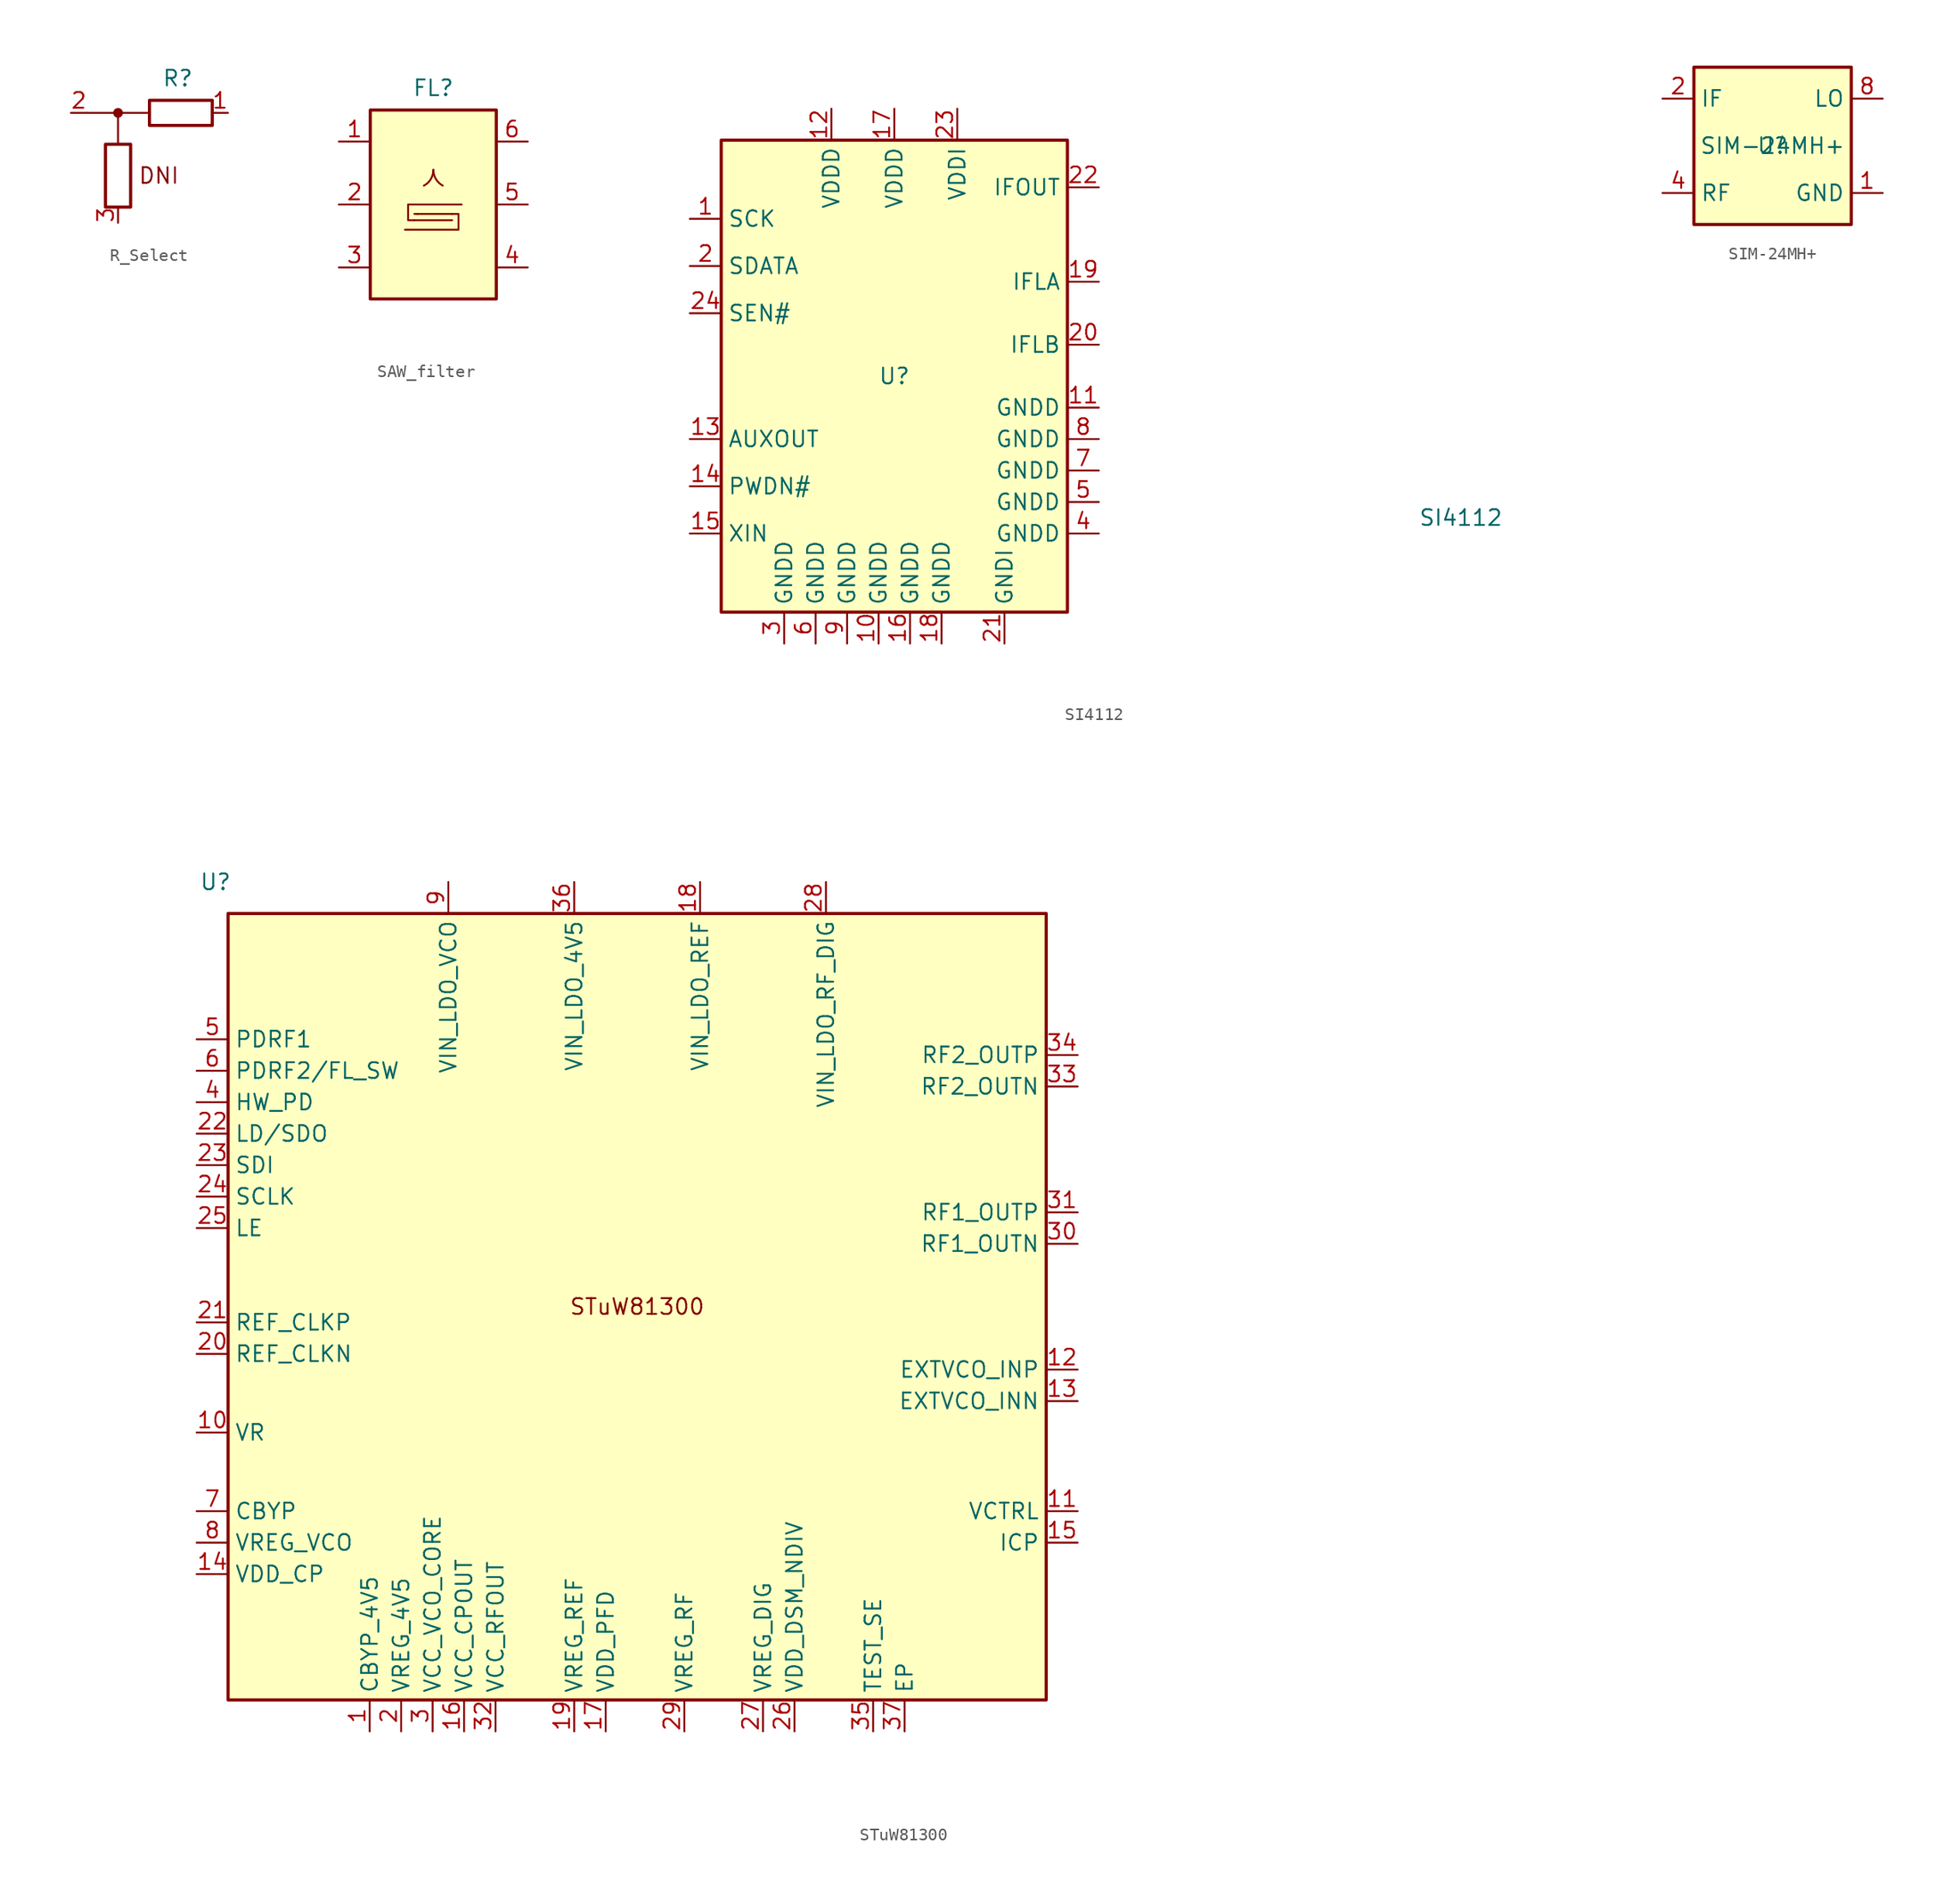
<source format=kicad_sym>
(kicad_symbol_lib
  (version 20241209)
  (generator "kicad_symbol_editor")
  (generator_version "9.0")
  (symbol "R_Select"
    (property "Reference" "R"
      (at 4.826 2.794 0)
      (effects (font (size 1.27 1.27))))
    (property "Value" ""
      (at 3.81 -3.81 0)
      (effects (font (size 1.27 1.27))))
    (symbol "R_Select_0_1"
      (polyline (pts (xy -2.54 0) (xy 2.54 0)) (stroke (width 0) (type default)) (fill (type none)))
      (rectangle (start -1.016 -2.54) (end 1.016 -7.62) (stroke (width 0.254) (type default)) (fill (type none)))
      (polyline (pts (xy 0 -2.54) (xy 0 0)) (stroke (width 0) (type default)) (fill (type none)))
      (rectangle (start 7.62 -1.016) (end 2.54 1.016) (stroke (width 0.254) (type default)) (fill (type none))))
    (symbol "R_Select_1_1"
      (circle (center 0 0) (radius 0.318) (stroke (width 0) (type default)) (fill (type outline)))
      (text "DNI" (at 3.302 -5.08 0) (effects (font (size 1.27 1.27))))
      (pin passive line (at -3.81 0 0) (length 1.27) (name "~" (effects (font (size 1.27 1.27)))) (number "2" (effects (font (size 1.27 1.27)))))
      (pin passive line (at 0 -8.89 90) (length 1.27) (name "~" (effects (font (size 1.27 1.27)))) (number "3" (effects (font (size 1.27 1.27)))))
      (pin passive line (at 8.89 0 180) (length 1.27) (name "~" (effects (font (size 1.27 1.27)))) (number "1" (effects (font (size 1.27 1.27)))))))
  (symbol "SAW_filter"
    (property "Reference" "FL"
      (at 0 9.398 0)
      (effects (font (size 1.27 1.27))))
    (property "Value" ""
      (at -8.89 -10.16 0)
      (effects (font (size 1.27 1.27))))
    (symbol "SAW_filter_0_1"
      (rectangle (start -5.08 7.62) (end 5.08 -7.62) (stroke (width 0.254) (type default)) (fill (type background)))
      (polyline (pts (xy -1.524 -0.762) (xy -1.27 -0.762)) (stroke (width 0) (type default)) (fill (type none)))
      (polyline (pts (xy -1.524 -1.27) (xy -2.032 -1.27) (xy -2.032 0) (xy 2.286 0)) (stroke (width 0) (type default)) (fill (type none)))
      (arc (start 0 2.794) (mid -0.1994 2.05) (end -0.762 1.524) (stroke (width 0) (type default)) (fill (type none)))
      (arc (start 0.762 1.524) (mid 0.2071 2.0547) (end 0 2.794) (stroke (width 0) (type default)) (fill (type none)))
      (polyline (pts (xy 1.524 -0.762) (xy -1.27 -0.762)) (stroke (width 0) (type default)) (fill (type none)))
      (polyline (pts (xy 1.524 -0.762) (xy 2.032 -0.762) (xy 2.032 -2.032) (xy -2.286 -2.032)) (stroke (width 0) (type default)) (fill (type none)))
      (polyline (pts (xy 1.524 -1.27) (xy -1.524 -1.27)) (stroke (width 0) (type default)) (fill (type none))))
    (symbol "SAW_filter_1_1"
      (pin passive line (at -7.62 5.08 0) (length 2.54) (name "~" (effects (font (size 1.27 1.27)))) (number "1" (effects (font (size 1.27 1.27)))))
      (pin passive line (at -7.62 0 0) (length 2.54) (name "~" (effects (font (size 1.27 1.27)))) (number "2" (effects (font (size 1.27 1.27)))))
      (pin passive line (at -7.62 -5.08 0) (length 2.54) (name "~" (effects (font (size 1.27 1.27)))) (number "3" (effects (font (size 1.27 1.27)))))
      (pin passive line (at 7.62 5.08 180) (length 2.54) (name "~" (effects (font (size 1.27 1.27)))) (number "6" (effects (font (size 1.27 1.27)))))
      (pin passive line (at 7.62 0 180) (length 2.54) (name "~" (effects (font (size 1.27 1.27)))) (number "5" (effects (font (size 1.27 1.27)))))
      (pin passive line (at 7.62 -5.08 180) (length 2.54) (name "~" (effects (font (size 1.27 1.27)))) (number "4" (effects (font (size 1.27 1.27)))))))
  (symbol "SI4112"
    (property "Reference" "U"
      (at 0 0 0)
      (effects (font (size 1.27 1.27))))
    (property "Value" "SI4112"
      (at 45.72 -11.43 0)
      (effects (font (size 1.27 1.27))))
    (symbol "SI4112_1_1"
      (rectangle (start -13.97 19.05) (end 13.97 -19.05) (stroke (width 0.254) (type default)) (fill (type background)))
      (pin input line (at -16.51 12.7 0) (length 2.54) (name "SCK" (effects (font (size 1.27 1.27)))) (number "1" (effects (font (size 1.27 1.27)))))
      (pin input line (at -16.51 8.89 0) (length 2.54) (name "SDATA" (effects (font (size 1.27 1.27)))) (number "2" (effects (font (size 1.27 1.27)))))
      (pin input line (at -16.51 5.08 0) (length 2.54) (name "SEN#" (effects (font (size 1.27 1.27)))) (number "24" (effects (font (size 1.27 1.27)))))
      (pin output line (at -16.51 -5.08 0) (length 2.54) (name "AUXOUT" (effects (font (size 1.27 1.27)))) (number "13" (effects (font (size 1.27 1.27)))))
      (pin input line (at -16.51 -8.89 0) (length 2.54) (name "PWDN#" (effects (font (size 1.27 1.27)))) (number "14" (effects (font (size 1.27 1.27)))))
      (pin input line (at -16.51 -12.7 0) (length 2.54) (name "XIN" (effects (font (size 1.27 1.27)))) (number "15" (effects (font (size 1.27 1.27)))))
      (pin passive line (at -8.89 -21.59 90) (length 2.54) (name "GNDD" (effects (font (size 1.27 1.27)))) (number "3" (effects (font (size 1.27 1.27)))))
      (pin passive line (at -6.35 -21.59 90) (length 2.54) (name "GNDD" (effects (font (size 1.27 1.27)))) (number "6" (effects (font (size 1.27 1.27)))))
      (pin power_in line (at -5.08 21.59 270) (length 2.54) (name "VDDD" (effects (font (size 1.27 1.27)))) (number "12" (effects (font (size 1.27 1.27)))))
      (pin passive line (at -3.81 -21.59 90) (length 2.54) (name "GNDD" (effects (font (size 1.27 1.27)))) (number "9" (effects (font (size 1.27 1.27)))))
      (pin passive line (at -1.27 -21.59 90) (length 2.54) (name "GNDD" (effects (font (size 1.27 1.27)))) (number "10" (effects (font (size 1.27 1.27)))))
      (pin power_in line (at 0 21.59 270) (length 2.54) (name "VDDD" (effects (font (size 1.27 1.27)))) (number "17" (effects (font (size 1.27 1.27)))))
      (pin passive line (at 1.27 -21.59 90) (length 2.54) (name "GNDD" (effects (font (size 1.27 1.27)))) (number "16" (effects (font (size 1.27 1.27)))))
      (pin passive line (at 3.81 -21.59 90) (length 2.54) (name "GNDD" (effects (font (size 1.27 1.27)))) (number "18" (effects (font (size 1.27 1.27)))))
      (pin power_in line (at 5.08 21.59 270) (length 2.54) (name "VDDI" (effects (font (size 1.27 1.27)))) (number "23" (effects (font (size 1.27 1.27)))))
      (pin passive line (at 8.89 -21.59 90) (length 2.54) (name "GNDI" (effects (font (size 1.27 1.27)))) (number "21" (effects (font (size 1.27 1.27)))))
      (pin output line (at 16.51 15.24 180) (length 2.54) (name "IFOUT" (effects (font (size 1.27 1.27)))) (number "22" (effects (font (size 1.27 1.27)))))
      (pin passive line (at 16.51 7.62 180) (length 2.54) (name "IFLA" (effects (font (size 1.27 1.27)))) (number "19" (effects (font (size 1.27 1.27)))))
      (pin passive line (at 16.51 2.54 180) (length 2.54) (name "IFLB" (effects (font (size 1.27 1.27)))) (number "20" (effects (font (size 1.27 1.27)))))
      (pin passive line (at 16.51 -2.54 180) (length 2.54) (name "GNDD" (effects (font (size 1.27 1.27)))) (number "11" (effects (font (size 1.27 1.27)))))
      (pin passive line (at 16.51 -5.08 180) (length 2.54) (name "GNDD" (effects (font (size 1.27 1.27)))) (number "8" (effects (font (size 1.27 1.27)))))
      (pin passive line (at 16.51 -7.62 180) (length 2.54) (name "GNDD" (effects (font (size 1.27 1.27)))) (number "7" (effects (font (size 1.27 1.27)))))
      (pin passive line (at 16.51 -10.16 180) (length 2.54) (name "GNDD" (effects (font (size 1.27 1.27)))) (number "5" (effects (font (size 1.27 1.27)))))
      (pin passive line (at 16.51 -12.7 180) (length 2.54) (name "GNDD" (effects (font (size 1.27 1.27)))) (number "4" (effects (font (size 1.27 1.27)))))))
  (symbol "SIM-24MH+"
    (property "Reference" "U"
      (at 0 0 0)
      (effects (font (size 1.27 1.27))))
    (property "Value" "SIM-24MH+"
      (at 0 0 0)
      (effects (font (size 1.27 1.27))))
    (symbol "SIM-24MH+_1_1"
      (rectangle (start -6.35 6.35) (end 6.35 -6.35) (stroke (width 0.254) (type default)) (fill (type background)))
      (pin passive line (at -8.89 3.81 0) (length 2.54) (name "IF" (effects (font (size 1.27 1.27)))) (number "2" (effects (font (size 1.27 1.27)))))
      (pin passive line (at -8.89 -3.81 0) (length 2.54) (name "RF" (effects (font (size 1.27 1.27)))) (number "4" (effects (font (size 1.27 1.27)))))
      (pin passive line (at 8.89 3.81 180) (length 2.54) (name "LO" (effects (font (size 1.27 1.27)))) (number "8" (effects (font (size 1.27 1.27)))))
      (pin passive line (at 8.89 -3.81 180) (length 2.54) (name "GND" (effects (font (size 1.27 1.27)))) (number "1" (effects (font (size 1.27 1.27)))))))
  (symbol "STuW81300"
    (property "Reference" "U"
      (at -34.036 34.29 0)
      (effects (font (size 1.27 1.27))))
    (property "Value" ""
      (at 78.74 15.24 0)
      (effects (font (size 1.27 1.27))))
    (symbol "STuW81300_1_1"
      (rectangle (start -33.02 31.75) (end 33.02 -31.75) (stroke (width 0.254) (type default)) (fill (type background)))
      (text "STuW81300" (at 0 0 0) (effects (font (size 1.27 1.27))))
      (pin input line (at -35.56 21.59 0) (length 2.54) (name "PDRF1" (effects (font (size 1.27 1.27)))) (number "5" (effects (font (size 1.27 1.27)))))
      (pin input line (at -35.56 19.05 0) (length 2.54) (name "PDRF2/FL_SW" (effects (font (size 1.27 1.27)))) (number "6" (effects (font (size 1.27 1.27)))))
      (pin input line (at -35.56 16.51 0) (length 2.54) (name "HW_PD" (effects (font (size 1.27 1.27)))) (number "4" (effects (font (size 1.27 1.27)))))
      (pin output line (at -35.56 13.97 0) (length 2.54) (name "LD/SDO" (effects (font (size 1.27 1.27)))) (number "22" (effects (font (size 1.27 1.27)))))
      (pin input line (at -35.56 11.43 0) (length 2.54) (name "SDI" (effects (font (size 1.27 1.27)))) (number "23" (effects (font (size 1.27 1.27)))))
      (pin input line (at -35.56 8.89 0) (length 2.54) (name "SCLK" (effects (font (size 1.27 1.27)))) (number "24" (effects (font (size 1.27 1.27)))))
      (pin input line (at -35.56 6.35 0) (length 2.54) (name "LE" (effects (font (size 1.27 1.27)))) (number "25" (effects (font (size 1.27 1.27)))))
      (pin passive line (at -35.56 -1.27 0) (length 2.54) (name "REF_CLKP" (effects (font (size 1.27 1.27)))) (number "21" (effects (font (size 1.27 1.27)))))
      (pin passive line (at -35.56 -3.81 0) (length 2.54) (name "REF_CLKN" (effects (font (size 1.27 1.27)))) (number "20" (effects (font (size 1.27 1.27)))))
      (pin passive line (at -35.56 -10.16 0) (length 2.54) (name "VR" (effects (font (size 1.27 1.27)))) (number "10" (effects (font (size 1.27 1.27)))))
      (pin passive line (at -35.56 -16.51 0) (length 2.54) (name "CBYP" (effects (font (size 1.27 1.27)))) (number "7" (effects (font (size 1.27 1.27)))))
      (pin power_out line (at -35.56 -19.05 0) (length 2.54) (name "VREG_VCO" (effects (font (size 1.27 1.27)))) (number "8" (effects (font (size 1.27 1.27)))))
      (pin power_in line (at -35.56 -21.59 0) (length 2.54) (name "VDD_CP" (effects (font (size 1.27 1.27)))) (number "14" (effects (font (size 1.27 1.27)))))
      (pin passive line (at -21.59 -34.29 90) (length 2.54) (name "CBYP_4V5" (effects (font (size 1.27 1.27)))) (number "1" (effects (font (size 1.27 1.27)))))
      (pin power_out line (at -19.05 -34.29 90) (length 2.54) (name "VREG_4V5" (effects (font (size 1.27 1.27)))) (number "2" (effects (font (size 1.27 1.27)))))
      (pin power_in line (at -16.51 -34.29 90) (length 2.54) (name "VCC_VCO_CORE" (effects (font (size 1.27 1.27)))) (number "3" (effects (font (size 1.27 1.27)))))
      (pin power_in line (at -15.24 34.29 270) (length 2.54) (name "VIN_LDO_VCO" (effects (font (size 1.27 1.27)))) (number "9" (effects (font (size 1.27 1.27)))))
      (pin power_in line (at -13.97 -34.29 90) (length 2.54) (name "VCC_CPOUT" (effects (font (size 1.27 1.27)))) (number "16" (effects (font (size 1.27 1.27)))))
      (pin power_in line (at -11.43 -34.29 90) (length 2.54) (name "VCC_RFOUT" (effects (font (size 1.27 1.27)))) (number "32" (effects (font (size 1.27 1.27)))))
      (pin power_in line (at -5.08 34.29 270) (length 2.54) (name "VIN_LDO_4V5" (effects (font (size 1.27 1.27)))) (number "36" (effects (font (size 1.27 1.27)))))
      (pin output line (at -5.08 -34.29 90) (length 2.54) (name "VREG_REF" (effects (font (size 1.27 1.27)))) (number "19" (effects (font (size 1.27 1.27)))))
      (pin power_in line (at -2.54 -34.29 90) (length 2.54) (name "VDD_PFD" (effects (font (size 1.27 1.27)))) (number "17" (effects (font (size 1.27 1.27)))))
      (pin power_out line (at 3.81 -34.29 90) (length 2.54) (name "VREG_RF" (effects (font (size 1.27 1.27)))) (number "29" (effects (font (size 1.27 1.27)))))
      (pin power_in line (at 5.08 34.29 270) (length 2.54) (name "VIN_LDO_REF" (effects (font (size 1.27 1.27)))) (number "18" (effects (font (size 1.27 1.27)))))
      (pin power_out line (at 10.16 -34.29 90) (length 2.54) (name "VREG_DIG" (effects (font (size 1.27 1.27)))) (number "27" (effects (font (size 1.27 1.27)))))
      (pin power_in line (at 12.7 -34.29 90) (length 2.54) (name "VDD_DSM_NDIV" (effects (font (size 1.27 1.27)))) (number "26" (effects (font (size 1.27 1.27)))))
      (pin power_in line (at 15.24 34.29 270) (length 2.54) (name "VIN_LDO_RF_DIG" (effects (font (size 1.27 1.27)))) (number "28" (effects (font (size 1.27 1.27)))))
      (pin passive line (at 19.05 -34.29 90) (length 2.54) (name "TEST_SE" (effects (font (size 1.27 1.27)))) (number "35" (effects (font (size 1.27 1.27)))))
      (pin passive line (at 21.59 -34.29 90) (length 2.54) (name "EP" (effects (font (size 1.27 1.27)))) (number "37" (effects (font (size 1.27 1.27)))))
      (pin output line (at 35.56 20.32 180) (length 2.54) (name "RF2_OUTP" (effects (font (size 1.27 1.27)))) (number "34" (effects (font (size 1.27 1.27)))))
      (pin output line (at 35.56 17.78 180) (length 2.54) (name "RF2_OUTN" (effects (font (size 1.27 1.27)))) (number "33" (effects (font (size 1.27 1.27)))))
      (pin output line (at 35.56 7.62 180) (length 2.54) (name "RF1_OUTP" (effects (font (size 1.27 1.27)))) (number "31" (effects (font (size 1.27 1.27)))))
      (pin output line (at 35.56 5.08 180) (length 2.54) (name "RF1_OUTN" (effects (font (size 1.27 1.27)))) (number "30" (effects (font (size 1.27 1.27)))))
      (pin passive line (at 35.56 -5.08 180) (length 2.54) (name "EXTVCO_INP" (effects (font (size 1.27 1.27)))) (number "12" (effects (font (size 1.27 1.27)))))
      (pin passive line (at 35.56 -7.62 180) (length 2.54) (name "EXTVCO_INN" (effects (font (size 1.27 1.27)))) (number "13" (effects (font (size 1.27 1.27)))))
      (pin passive line (at 35.56 -16.51 180) (length 2.54) (name "VCTRL" (effects (font (size 1.27 1.27)))) (number "11" (effects (font (size 1.27 1.27)))))
      (pin power_out line (at 35.56 -19.05 180) (length 2.54) (name "ICP" (effects (font (size 1.27 1.27)))) (number "15" (effects (font (size 1.27 1.27))))))))
</source>
